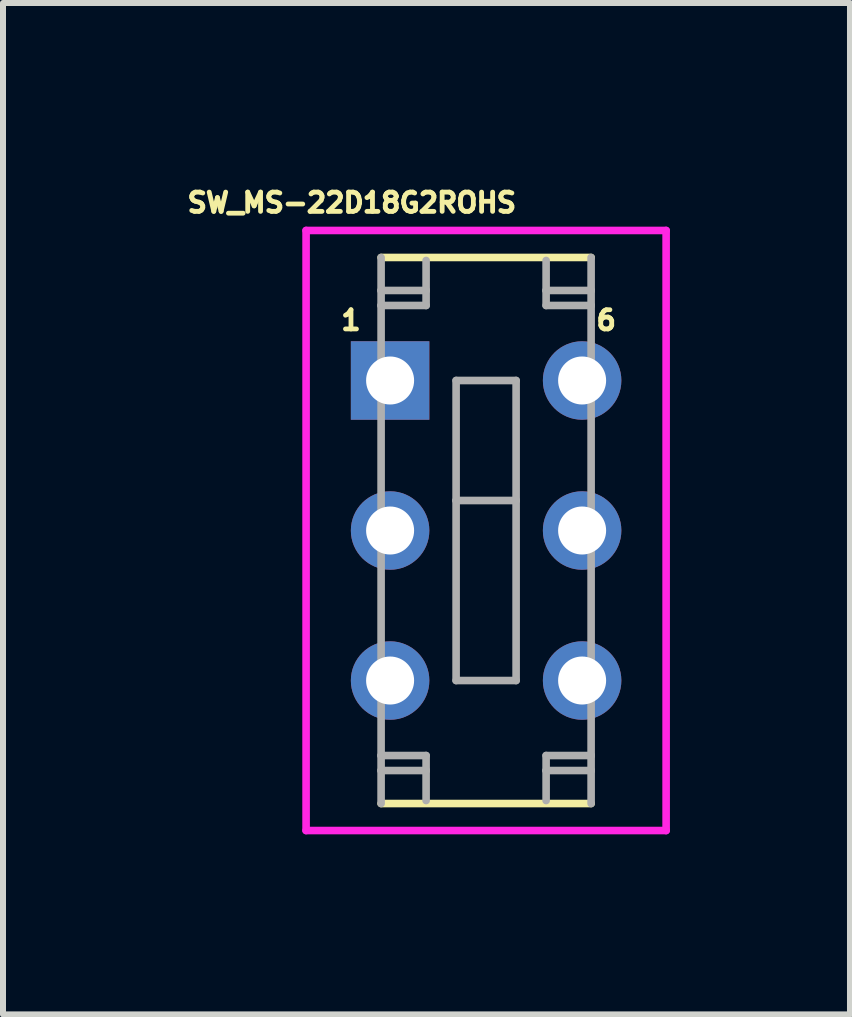
<source format=kicad_pcb>
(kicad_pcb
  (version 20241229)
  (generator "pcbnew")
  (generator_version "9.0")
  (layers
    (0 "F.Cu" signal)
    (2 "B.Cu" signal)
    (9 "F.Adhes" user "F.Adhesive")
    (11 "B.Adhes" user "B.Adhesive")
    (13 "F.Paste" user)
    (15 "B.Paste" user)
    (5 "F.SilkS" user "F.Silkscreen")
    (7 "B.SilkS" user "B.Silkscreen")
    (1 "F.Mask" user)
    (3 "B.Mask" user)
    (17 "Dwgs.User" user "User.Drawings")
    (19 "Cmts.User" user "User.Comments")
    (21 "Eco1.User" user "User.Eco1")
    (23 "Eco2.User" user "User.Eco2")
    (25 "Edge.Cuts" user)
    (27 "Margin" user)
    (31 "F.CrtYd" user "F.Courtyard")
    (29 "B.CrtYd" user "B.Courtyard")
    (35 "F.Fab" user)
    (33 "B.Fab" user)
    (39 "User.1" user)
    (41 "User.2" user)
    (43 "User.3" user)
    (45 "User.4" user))
  (footprint "SW_MS-22D18G2ROHS"
    (layer "F.Cu")
    (at 5.051 5.791)
    (property "Reference" "SW_MS-22D18G2ROHS" (at -2.238 -5.463 0) (layer "F.SilkS") (effects (font (size 0.321 0.321) (thickness 0.15))))
    (attr through_hole)
    (fp_line (start -1.75 4.55) (end 1.75 4.55) (stroke (width 0.127) (type solid)) (layer "F.SilkS"))
    (fp_line (start 1.75 -4.55) (end -1.75 -4.55) (stroke (width 0.127) (type solid)) (layer "F.SilkS"))
    (fp_line (start -3 -5) (end 3 -5) (stroke (width 0.127) (type solid)) (layer "F.CrtYd"))
    (fp_line (start -3 5) (end -3 -5) (stroke (width 0.127) (type solid)) (layer "F.CrtYd"))
    (fp_line (start 3 -5) (end 3 5) (stroke (width 0.127) (type solid)) (layer "F.CrtYd"))
    (fp_line (start 3 5) (end -3 5) (stroke (width 0.127) (type solid)) (layer "F.CrtYd"))
    (fp_line (start -1.75 -4.55) (end -1.75 -4) (stroke (width 0.127) (type solid)) (layer "F.Fab"))
    (fp_line (start -1.75 -4) (end -1.75 -3.75) (stroke (width 0.127) (type solid)) (layer "F.Fab"))
    (fp_line (start -1.75 -4) (end -1 -4) (stroke (width 0.127) (type solid)) (layer "F.Fab"))
    (fp_line (start -1.75 -3.75) (end -1.75 3.75) (stroke (width 0.127) (type solid)) (layer "F.Fab"))
    (fp_line (start -1.75 -3.75) (end -1 -3.75) (stroke (width 0.127) (type solid)) (layer "F.Fab"))
    (fp_line (start -1.75 3.75) (end -1.75 4) (stroke (width 0.127) (type solid)) (layer "F.Fab"))
    (fp_line (start -1.75 3.75) (end -1 3.75) (stroke (width 0.127) (type solid)) (layer "F.Fab"))
    (fp_line (start -1.75 4) (end -1.75 4.55) (stroke (width 0.127) (type solid)) (layer "F.Fab"))
    (fp_line (start -1.75 4) (end -1 4) (stroke (width 0.127) (type solid)) (layer "F.Fab"))
    (fp_line (start -1 -4) (end -1 -4.5) (stroke (width 0.127) (type solid)) (layer "F.Fab"))
    (fp_line (start -1 -3.75) (end -1 -4) (stroke (width 0.127) (type solid)) (layer "F.Fab"))
    (fp_line (start -1 3.75) (end -1 4) (stroke (width 0.127) (type solid)) (layer "F.Fab"))
    (fp_line (start -1 4) (end -1 4.5) (stroke (width 0.127) (type solid)) (layer "F.Fab"))
    (fp_line (start -0.5 -2.5) (end 0.5 -2.5) (stroke (width 0.127) (type solid)) (layer "F.Fab"))
    (fp_line (start -0.5 -0.5) (end -0.5 -2.5) (stroke (width 0.127) (type solid)) (layer "F.Fab"))
    (fp_line (start -0.5 -0.5) (end 0.5 -0.5) (stroke (width 0.127) (type solid)) (layer "F.Fab"))
    (fp_line (start -0.5 2.5) (end -0.5 -0.5) (stroke (width 0.127) (type solid)) (layer "F.Fab"))
    (fp_line (start 0.5 -2.5) (end 0.5 -0.5) (stroke (width 0.127) (type solid)) (layer "F.Fab"))
    (fp_line (start 0.5 -0.5) (end 0.5 2.5) (stroke (width 0.127) (type solid)) (layer "F.Fab"))
    (fp_line (start 0.5 2.5) (end -0.5 2.5) (stroke (width 0.127) (type solid)) (layer "F.Fab"))
    (fp_line (start 1 -4.5) (end 1 -4) (stroke (width 0.127) (type solid)) (layer "F.Fab"))
    (fp_line (start 1 -4) (end 1 -3.75) (stroke (width 0.127) (type solid)) (layer "F.Fab"))
    (fp_line (start 1 -4) (end 1.75 -4) (stroke (width 0.127) (type solid)) (layer "F.Fab"))
    (fp_line (start 1 -3.75) (end 1.75 -3.75) (stroke (width 0.127) (type solid)) (layer "F.Fab"))
    (fp_line (start 1 3.75) (end 1 4) (stroke (width 0.127) (type solid)) (layer "F.Fab"))
    (fp_line (start 1 4) (end 1 4.5) (stroke (width 0.127) (type solid)) (layer "F.Fab"))
    (fp_line (start 1 4) (end 1.75 4) (stroke (width 0.127) (type solid)) (layer "F.Fab"))
    (fp_line (start 1.75 -4) (end 1.75 -4.55) (stroke (width 0.127) (type solid)) (layer "F.Fab"))
    (fp_line (start 1.75 -3.75) (end 1.75 -4) (stroke (width 0.127) (type solid)) (layer "F.Fab"))
    (fp_line (start 1.75 3.75) (end 1 3.75) (stroke (width 0.127) (type solid)) (layer "F.Fab"))
    (fp_line (start 1.75 3.75) (end 1.75 -3.75) (stroke (width 0.127) (type solid)) (layer "F.Fab"))
    (fp_line (start 1.75 4) (end 1.75 3.75) (stroke (width 0.127) (type solid)) (layer "F.Fab"))
    (fp_line (start 1.75 4.55) (end 1.75 4) (stroke (width 0.127) (type solid)) (layer "F.Fab"))
    (fp_text user "1" (at -2.252 -3.503 0) (layer "F.SilkS") (effects (font (size 0.32 0.32) (thickness 0.15))))
    (fp_text user "6" (at 2.002 -3.503 0) (layer "F.SilkS") (effects (font (size 0.32 0.32) (thickness 0.15))))
    (pad "1" thru_hole rect (at -1.6 -2.5) (size 1.308 1.308) (drill 0.8) (layers "*.Cu" "*.Mask"))
    (pad "2" thru_hole circle (at -1.6 0) (size 1.308 1.308) (drill 0.8) (layers "*.Cu" "*.Mask"))
    (pad "3" thru_hole circle (at -1.6 2.5) (size 1.308 1.308) (drill 0.8) (layers "*.Cu" "*.Mask"))
    (pad "4" thru_hole circle (at 1.6 2.5) (size 1.308 1.308) (drill 0.8) (layers "*.Cu" "*.Mask"))
    (pad "5" thru_hole circle (at 1.6 0) (size 1.308 1.308) (drill 0.8) (layers "*.Cu" "*.Mask"))
    (pad "6" thru_hole circle (at 1.6 -2.5) (size 1.308 1.308) (drill 0.8) (layers "*.Cu" "*.Mask")))
  (gr_rect
    (start -3 -3)
    (end 11.115 13.855)
    (stroke (width 0.1) (type default))
    (fill no)
    (layer "Edge.Cuts")))
</source>
